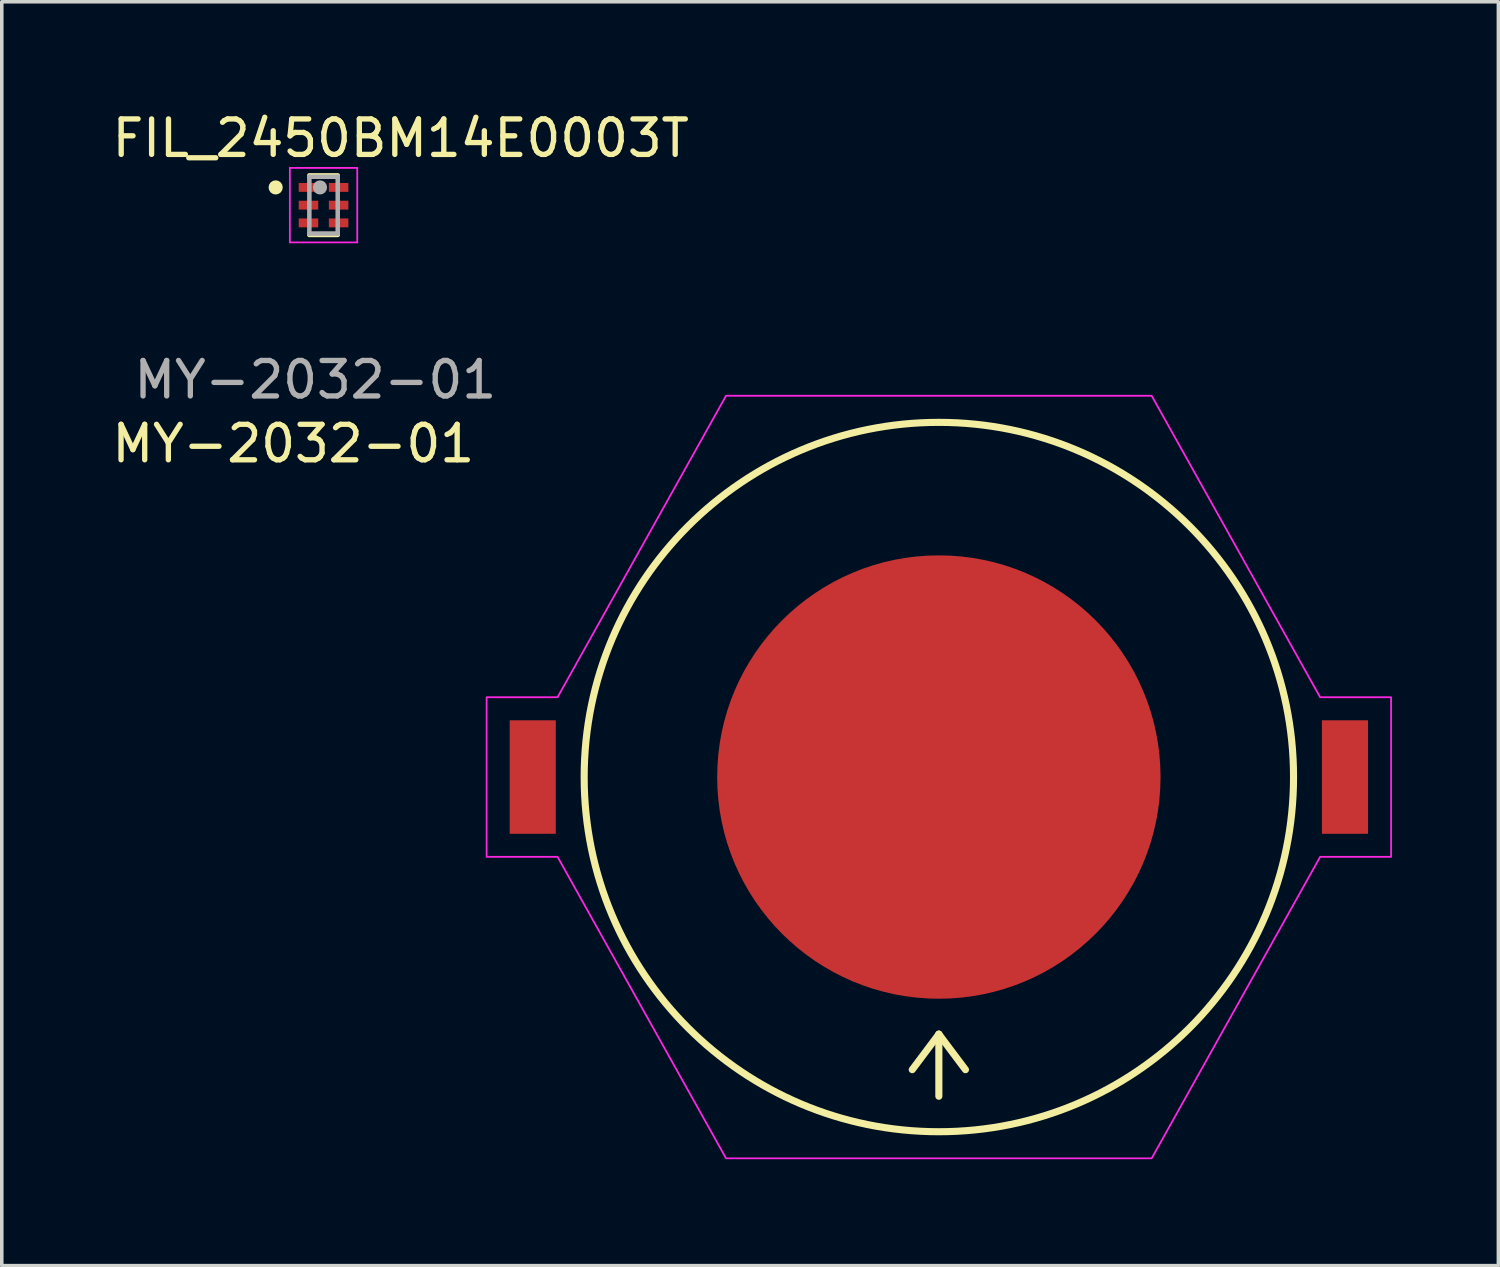
<source format=kicad_pcb>
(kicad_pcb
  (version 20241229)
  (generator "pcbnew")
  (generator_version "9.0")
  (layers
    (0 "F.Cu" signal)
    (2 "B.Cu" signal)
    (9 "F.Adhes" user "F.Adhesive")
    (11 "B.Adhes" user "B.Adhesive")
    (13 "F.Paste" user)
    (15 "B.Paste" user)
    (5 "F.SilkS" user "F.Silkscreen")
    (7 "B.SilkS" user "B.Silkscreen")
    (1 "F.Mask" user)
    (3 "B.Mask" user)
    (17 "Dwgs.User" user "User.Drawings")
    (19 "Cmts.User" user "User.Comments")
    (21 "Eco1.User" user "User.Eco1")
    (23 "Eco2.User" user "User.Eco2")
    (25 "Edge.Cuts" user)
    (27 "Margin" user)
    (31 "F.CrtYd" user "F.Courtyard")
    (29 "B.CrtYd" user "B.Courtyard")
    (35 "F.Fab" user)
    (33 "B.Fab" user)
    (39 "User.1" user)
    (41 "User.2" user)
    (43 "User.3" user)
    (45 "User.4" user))
  (footprint "MY-2032-01"
    (layer "F.Cu")
    (at 23.42 18.858)
    (property "Reference" "MY-2032-01" (at -18.2 -9.4 0) (unlocked yes) (layer "F.SilkS") (effects (font (size 1 1) (thickness 0.15))))
    (attr smd)
    (fp_line (start -0.75 8.25) (end 0 7.25) (stroke (width 0.2) (type solid)) (layer "F.SilkS"))
    (fp_line (start 0 7.25) (end 0.75 8.25) (stroke (width 0.2) (type solid)) (layer "F.SilkS"))
    (fp_line (start 0 9) (end 0 7.25) (stroke (width 0.2) (type solid)) (layer "F.SilkS"))
    (fp_circle (center 0 0) (end 10 0) (stroke (width 0.2) (type solid)) (fill no) (layer "F.SilkS"))
    (fp_poly (pts (xy 10.75 -2.25) (xy 12.75 -2.25) (xy 12.75 2.25) (xy 10.75 2.25) (xy 6 10.75) (xy -6 10.75) (xy -10.75 2.25) (xy -12.75 2.25) (xy -12.75 -2.25) (xy -10.75 -2.25) (xy -6 -10.75) (xy 6 -10.75)) (stroke (width 0.05) (type solid)) (fill no) (layer "F.CrtYd"))
    (fp_text user "${REFERENCE}" (at -17.58 -11.2 0) (unlocked yes) (layer "F.Fab") (effects (font (size 1 1) (thickness 0.15))))
    (pad "1" smd rect (at -11.45 0) (size 1.3 3.2) (layers "F.Cu" "F.Mask" "F.Paste"))
    (pad "1" smd rect (at 11.45 0) (size 1.3 3.2) (layers "F.Cu" "F.Mask" "F.Paste"))
    (pad "2" smd oval (at 0 0) (size 12.5 12.5) (layers "F.Cu" "F.Mask")))
  (footprint "FIL_2450BM14E0003T"
    (layer "F.Cu")
    (at 6.072 2.734)
    (property "Reference" "FIL_2450BM14E0003T" (at 2.176 -1.886 0) (layer "F.SilkS") (effects (font (size 1 1) (thickness 0.15))))
    (attr smd)
    (fp_line (start -0.4 -0.84) (end 0.4 -0.84) (stroke (width 0.127) (type solid)) (layer "F.SilkS"))
    (fp_line (start 0.4 0.84) (end -0.4 0.84) (stroke (width 0.127) (type solid)) (layer "F.SilkS"))
    (fp_circle (center -1.35 -0.5) (end -1.25 -0.5) (stroke (width 0.2) (type solid)) (fill no) (layer "F.SilkS"))
    (fp_line (start -0.95 -1.05) (end 0.95 -1.05) (stroke (width 0.05) (type solid)) (layer "F.CrtYd"))
    (fp_line (start -0.95 1.05) (end -0.95 -1.05) (stroke (width 0.05) (type solid)) (layer "F.CrtYd"))
    (fp_line (start 0.95 -1.05) (end 0.95 1.05) (stroke (width 0.05) (type solid)) (layer "F.CrtYd"))
    (fp_line (start 0.95 1.05) (end -0.95 1.05) (stroke (width 0.05) (type solid)) (layer "F.CrtYd"))
    (fp_line (start -0.4 -0.8) (end 0.4 -0.8) (stroke (width 0.127) (type solid)) (layer "F.Fab"))
    (fp_line (start -0.4 0.8) (end -0.4 -0.8) (stroke (width 0.127) (type solid)) (layer "F.Fab"))
    (fp_line (start 0.4 -0.8) (end 0.4 0.8) (stroke (width 0.127) (type solid)) (layer "F.Fab"))
    (fp_line (start 0.4 0.8) (end -0.4 0.8) (stroke (width 0.127) (type solid)) (layer "F.Fab"))
    (fp_circle (center -0.1 -0.5) (end 0 -0.5) (stroke (width 0.2) (type solid)) (fill no) (layer "F.Fab"))
    (pad "1" smd rect (at -0.425 -0.5) (size 0.55 0.25) (layers "F.Cu" "F.Mask" "F.Paste"))
    (pad "2" smd rect (at -0.425 0) (size 0.55 0.25) (layers "F.Cu" "F.Mask" "F.Paste"))
    (pad "3" smd rect (at -0.425 0.5) (size 0.55 0.25) (layers "F.Cu" "F.Mask" "F.Paste"))
    (pad "4" smd rect (at 0.425 0.5 180) (size 0.55 0.25) (layers "F.Cu" "F.Mask" "F.Paste"))
    (pad "5" smd rect (at 0.425 0 180) (size 0.55 0.25) (layers "F.Cu" "F.Mask" "F.Paste"))
    (pad "6" smd rect (at 0.425 -0.5 180) (size 0.55 0.25) (layers "F.Cu" "F.Mask" "F.Paste")))
  (gr_rect
    (start -3 -3)
    (end 39.195 32.633)
    (stroke (width 0.1) (type default))
    (fill no)
    (layer "Edge.Cuts")))
</source>
